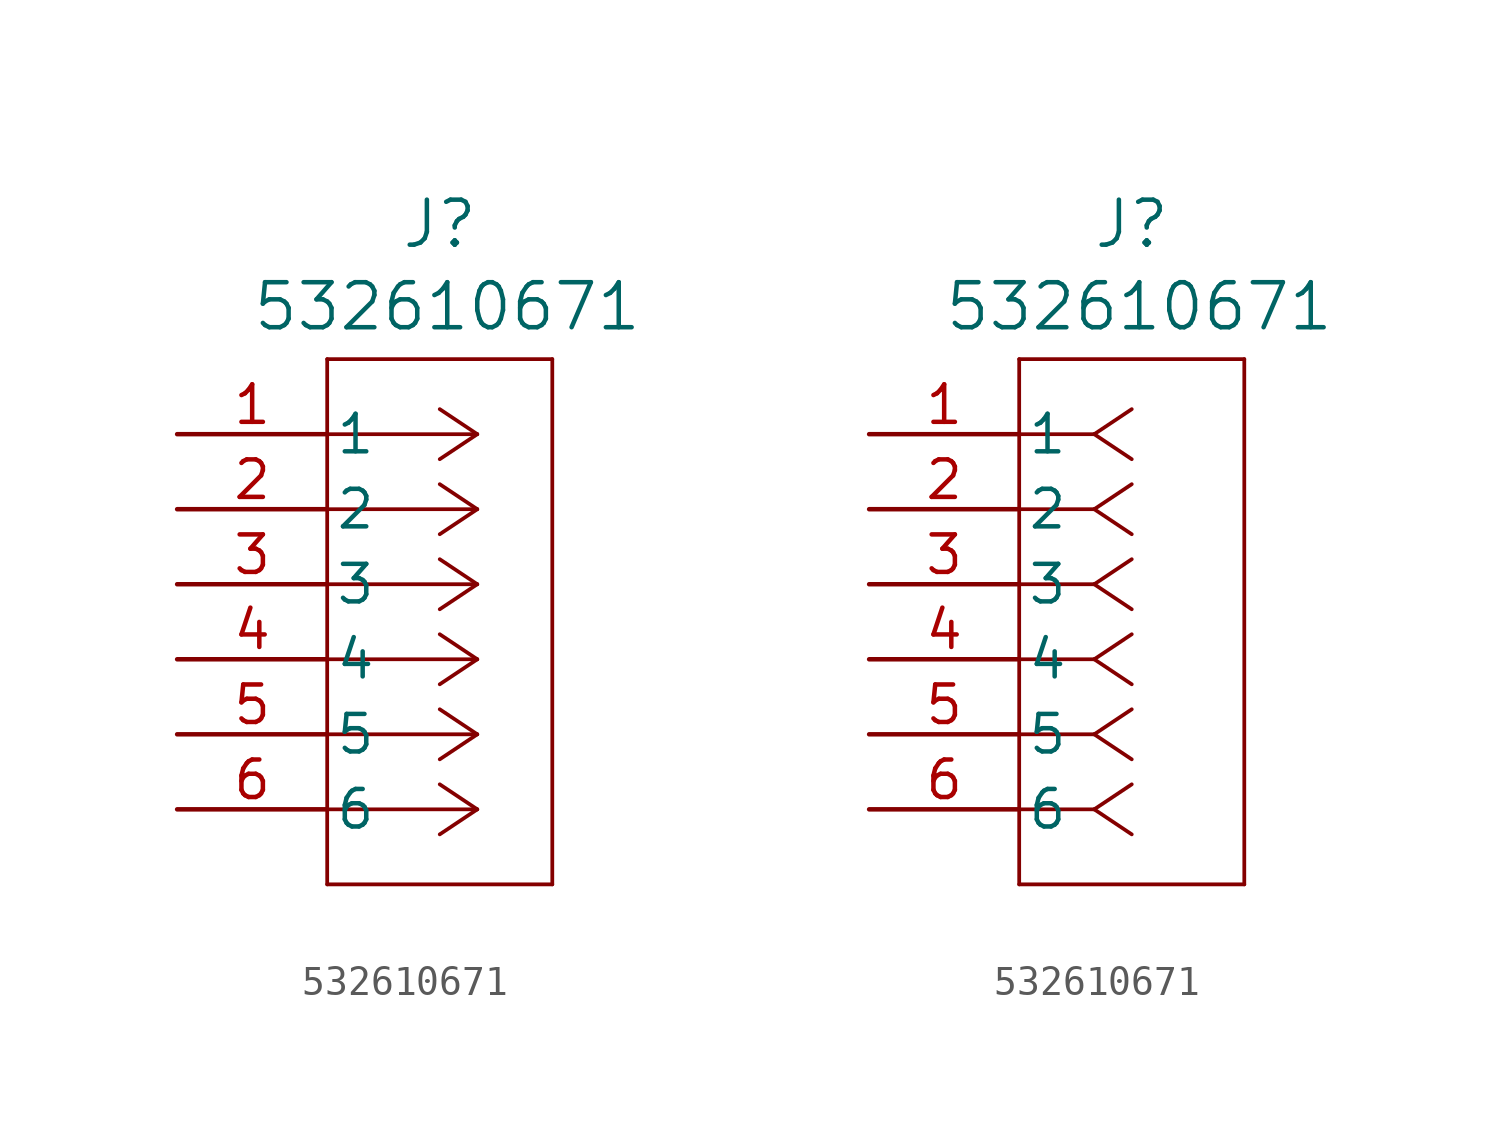
<source format=kicad_sym>
(kicad_symbol_lib
  (version 20231120)
  (generator "kicad_symbol_editor")
  (generator_version "8.0")
  (symbol "532610671"
    (pin_names
      (offset 0.254))
    (property "Reference" "J"
      (at 8.89 7.112 0)
      (effects (font (size 1.524 1.524))))
    (property "Value" "532610671"
      (at 9.144 4.318 0)
      (effects (font (size 1.524 1.524))))
    (symbol "532610671_1_1"
      (polyline (pts (xy 5.08 -15.24) (xy 12.7 -15.24)) (stroke (width 0.127) (type default)) (fill (type none)))
      (polyline (pts (xy 5.08 2.54) (xy 5.08 -15.24)) (stroke (width 0.127) (type default)) (fill (type none)))
      (polyline (pts (xy 10.16 -12.7) (xy 5.08 -12.7)) (stroke (width 0.127) (type default)) (fill (type none)))
      (polyline (pts (xy 10.16 -12.7) (xy 8.89 -13.547)) (stroke (width 0.127) (type default)) (fill (type none)))
      (polyline (pts (xy 10.16 -12.7) (xy 8.89 -11.853)) (stroke (width 0.127) (type default)) (fill (type none)))
      (polyline (pts (xy 10.16 -10.16) (xy 5.08 -10.16)) (stroke (width 0.127) (type default)) (fill (type none)))
      (polyline (pts (xy 10.16 -10.16) (xy 8.89 -11.007)) (stroke (width 0.127) (type default)) (fill (type none)))
      (polyline (pts (xy 10.16 -10.16) (xy 8.89 -9.313)) (stroke (width 0.127) (type default)) (fill (type none)))
      (polyline (pts (xy 10.16 -7.62) (xy 5.08 -7.62)) (stroke (width 0.127) (type default)) (fill (type none)))
      (polyline (pts (xy 10.16 -7.62) (xy 8.89 -8.467)) (stroke (width 0.127) (type default)) (fill (type none)))
      (polyline (pts (xy 10.16 -7.62) (xy 8.89 -6.773)) (stroke (width 0.127) (type default)) (fill (type none)))
      (polyline (pts (xy 10.16 -5.08) (xy 5.08 -5.08)) (stroke (width 0.127) (type default)) (fill (type none)))
      (polyline (pts (xy 10.16 -5.08) (xy 8.89 -5.927)) (stroke (width 0.127) (type default)) (fill (type none)))
      (polyline (pts (xy 10.16 -5.08) (xy 8.89 -4.233)) (stroke (width 0.127) (type default)) (fill (type none)))
      (polyline (pts (xy 10.16 -2.54) (xy 5.08 -2.54)) (stroke (width 0.127) (type default)) (fill (type none)))
      (polyline (pts (xy 10.16 -2.54) (xy 8.89 -3.387)) (stroke (width 0.127) (type default)) (fill (type none)))
      (polyline (pts (xy 10.16 -2.54) (xy 8.89 -1.693)) (stroke (width 0.127) (type default)) (fill (type none)))
      (polyline (pts (xy 10.16 0) (xy 5.08 0)) (stroke (width 0.127) (type default)) (fill (type none)))
      (polyline (pts (xy 10.16 0) (xy 8.89 -0.847)) (stroke (width 0.127) (type default)) (fill (type none)))
      (polyline (pts (xy 10.16 0) (xy 8.89 0.847)) (stroke (width 0.127) (type default)) (fill (type none)))
      (polyline (pts (xy 12.7 -15.24) (xy 12.7 2.54)) (stroke (width 0.127) (type default)) (fill (type none)))
      (polyline (pts (xy 12.7 2.54) (xy 5.08 2.54)) (stroke (width 0.127) (type default)) (fill (type none)))
      (pin unspecified line (at 0 0 0) (length 5.08) (name "1" (effects (font (size 1.27 1.27)))) (number "1" (effects (font (size 1.27 1.27)))))
      (pin unspecified line (at 0 -2.54 0) (length 5.08) (name "2" (effects (font (size 1.27 1.27)))) (number "2" (effects (font (size 1.27 1.27)))))
      (pin unspecified line (at 0 -5.08 0) (length 5.08) (name "3" (effects (font (size 1.27 1.27)))) (number "3" (effects (font (size 1.27 1.27)))))
      (pin unspecified line (at 0 -7.62 0) (length 5.08) (name "4" (effects (font (size 1.27 1.27)))) (number "4" (effects (font (size 1.27 1.27)))))
      (pin unspecified line (at 0 -10.16 0) (length 5.08) (name "5" (effects (font (size 1.27 1.27)))) (number "5" (effects (font (size 1.27 1.27)))))
      (pin unspecified line (at 0 -12.7 0) (length 5.08) (name "6" (effects (font (size 1.27 1.27)))) (number "6" (effects (font (size 1.27 1.27))))))
    (symbol "532610671_1_2"
      (polyline (pts (xy 5.08 -15.24) (xy 12.7 -15.24)) (stroke (width 0.127) (type default)) (fill (type none)))
      (polyline (pts (xy 5.08 2.54) (xy 5.08 -15.24)) (stroke (width 0.127) (type default)) (fill (type none)))
      (polyline (pts (xy 7.62 -12.7) (xy 5.08 -12.7)) (stroke (width 0.127) (type default)) (fill (type none)))
      (polyline (pts (xy 7.62 -12.7) (xy 8.89 -13.547)) (stroke (width 0.127) (type default)) (fill (type none)))
      (polyline (pts (xy 7.62 -12.7) (xy 8.89 -11.853)) (stroke (width 0.127) (type default)) (fill (type none)))
      (polyline (pts (xy 7.62 -10.16) (xy 5.08 -10.16)) (stroke (width 0.127) (type default)) (fill (type none)))
      (polyline (pts (xy 7.62 -10.16) (xy 8.89 -11.007)) (stroke (width 0.127) (type default)) (fill (type none)))
      (polyline (pts (xy 7.62 -10.16) (xy 8.89 -9.313)) (stroke (width 0.127) (type default)) (fill (type none)))
      (polyline (pts (xy 7.62 -7.62) (xy 5.08 -7.62)) (stroke (width 0.127) (type default)) (fill (type none)))
      (polyline (pts (xy 7.62 -7.62) (xy 8.89 -8.467)) (stroke (width 0.127) (type default)) (fill (type none)))
      (polyline (pts (xy 7.62 -7.62) (xy 8.89 -6.773)) (stroke (width 0.127) (type default)) (fill (type none)))
      (polyline (pts (xy 7.62 -5.08) (xy 5.08 -5.08)) (stroke (width 0.127) (type default)) (fill (type none)))
      (polyline (pts (xy 7.62 -5.08) (xy 8.89 -5.927)) (stroke (width 0.127) (type default)) (fill (type none)))
      (polyline (pts (xy 7.62 -5.08) (xy 8.89 -4.233)) (stroke (width 0.127) (type default)) (fill (type none)))
      (polyline (pts (xy 7.62 -2.54) (xy 5.08 -2.54)) (stroke (width 0.127) (type default)) (fill (type none)))
      (polyline (pts (xy 7.62 -2.54) (xy 8.89 -3.387)) (stroke (width 0.127) (type default)) (fill (type none)))
      (polyline (pts (xy 7.62 -2.54) (xy 8.89 -1.693)) (stroke (width 0.127) (type default)) (fill (type none)))
      (polyline (pts (xy 7.62 0) (xy 5.08 0)) (stroke (width 0.127) (type default)) (fill (type none)))
      (polyline (pts (xy 7.62 0) (xy 8.89 -0.847)) (stroke (width 0.127) (type default)) (fill (type none)))
      (polyline (pts (xy 7.62 0) (xy 8.89 0.847)) (stroke (width 0.127) (type default)) (fill (type none)))
      (polyline (pts (xy 12.7 -15.24) (xy 12.7 2.54)) (stroke (width 0.127) (type default)) (fill (type none)))
      (polyline (pts (xy 12.7 2.54) (xy 5.08 2.54)) (stroke (width 0.127) (type default)) (fill (type none)))
      (pin unspecified line (at 0 0 0) (length 5.08) (name "1" (effects (font (size 1.27 1.27)))) (number "1" (effects (font (size 1.27 1.27)))))
      (pin unspecified line (at 0 -2.54 0) (length 5.08) (name "2" (effects (font (size 1.27 1.27)))) (number "2" (effects (font (size 1.27 1.27)))))
      (pin unspecified line (at 0 -5.08 0) (length 5.08) (name "3" (effects (font (size 1.27 1.27)))) (number "3" (effects (font (size 1.27 1.27)))))
      (pin unspecified line (at 0 -7.62 0) (length 5.08) (name "4" (effects (font (size 1.27 1.27)))) (number "4" (effects (font (size 1.27 1.27)))))
      (pin unspecified line (at 0 -10.16 0) (length 5.08) (name "5" (effects (font (size 1.27 1.27)))) (number "5" (effects (font (size 1.27 1.27)))))
      (pin unspecified line (at 0 -12.7 0) (length 5.08) (name "6" (effects (font (size 1.27 1.27)))) (number "6" (effects (font (size 1.27 1.27))))))))
</source>
